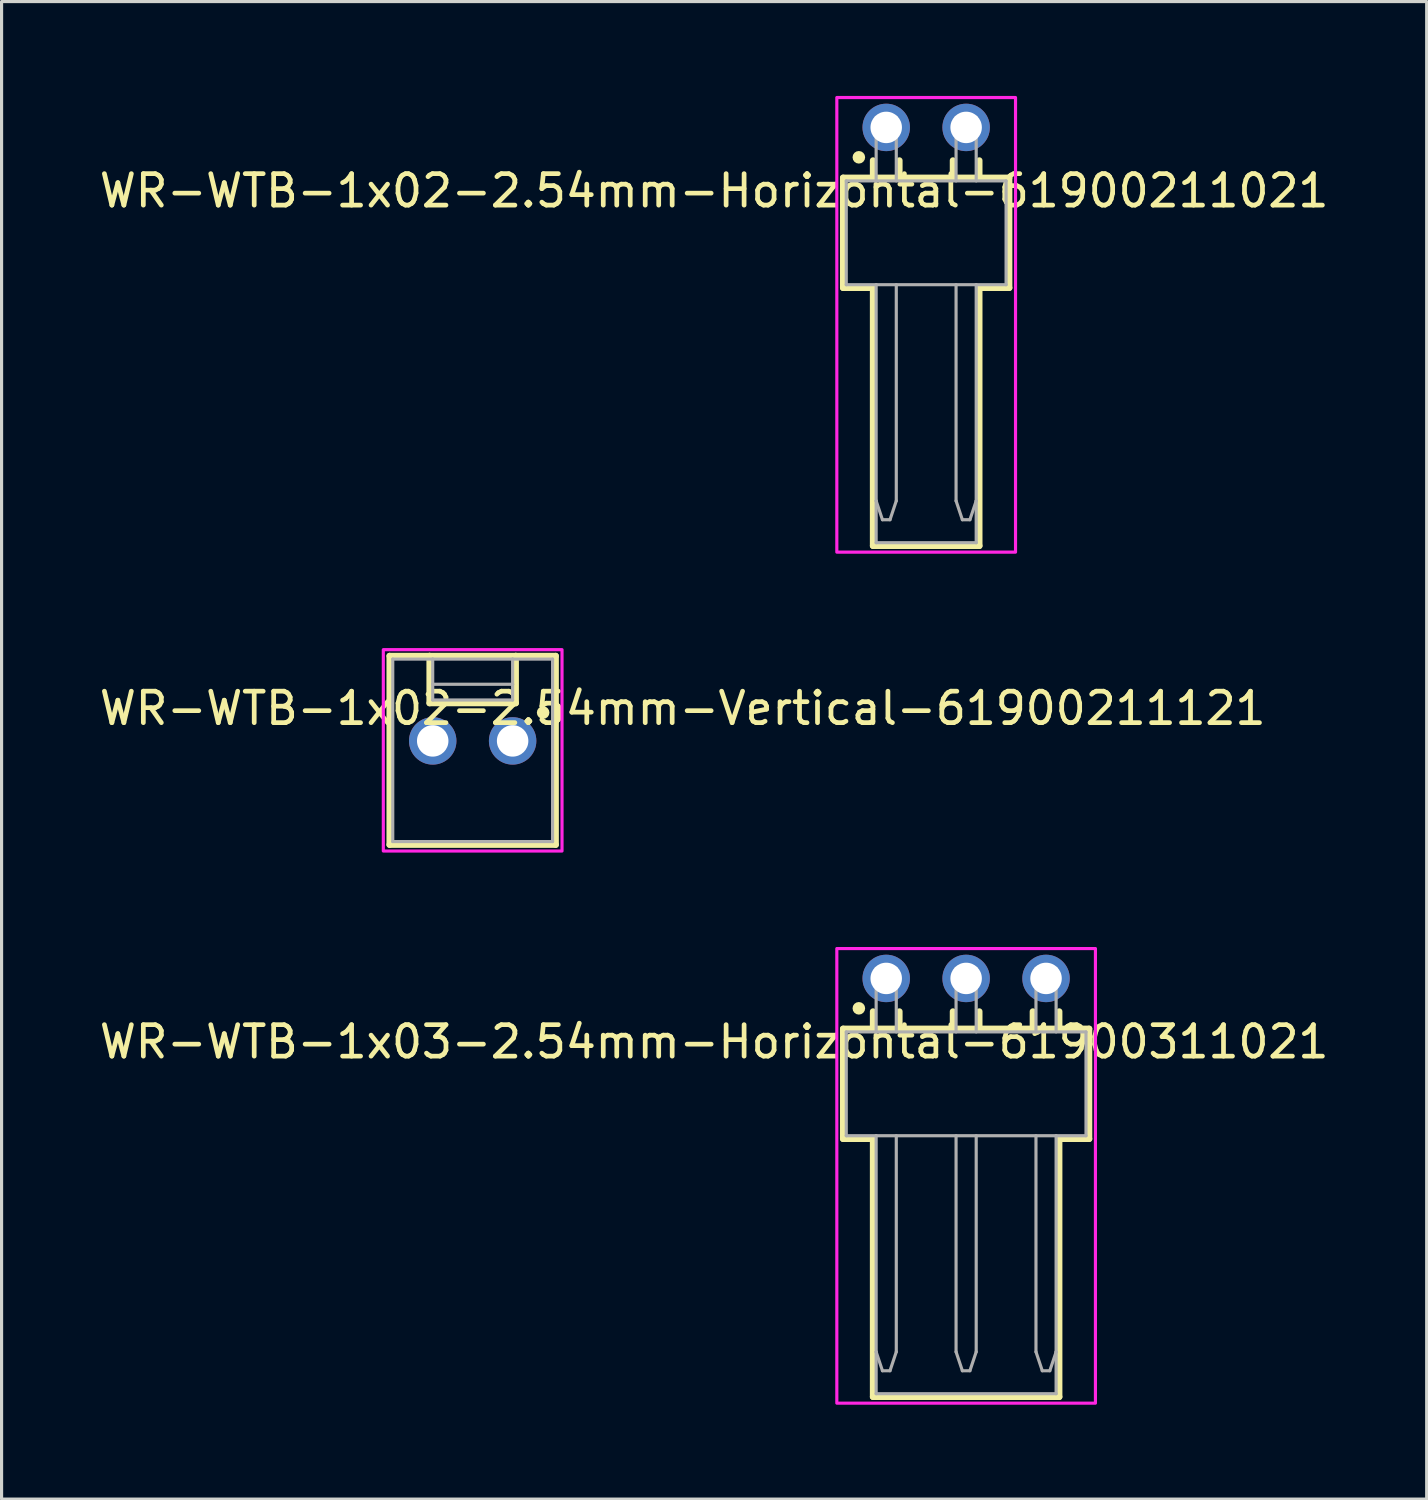
<source format=kicad_pcb>
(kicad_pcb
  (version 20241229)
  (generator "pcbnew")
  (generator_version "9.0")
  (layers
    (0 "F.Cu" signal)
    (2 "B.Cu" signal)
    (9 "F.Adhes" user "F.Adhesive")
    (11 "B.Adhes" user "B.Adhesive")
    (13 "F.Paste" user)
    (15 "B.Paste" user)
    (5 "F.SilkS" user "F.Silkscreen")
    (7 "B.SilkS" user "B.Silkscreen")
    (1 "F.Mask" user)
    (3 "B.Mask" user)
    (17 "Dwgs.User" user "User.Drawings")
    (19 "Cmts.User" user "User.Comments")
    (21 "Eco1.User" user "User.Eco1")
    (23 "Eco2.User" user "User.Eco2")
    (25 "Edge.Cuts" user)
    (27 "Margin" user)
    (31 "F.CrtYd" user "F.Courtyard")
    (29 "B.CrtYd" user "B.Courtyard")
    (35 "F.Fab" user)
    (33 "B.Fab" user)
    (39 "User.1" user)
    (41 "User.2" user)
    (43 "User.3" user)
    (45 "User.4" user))
  (footprint "WR-WTB-1x02-2.54mm-Vertical-61900211121"
    (layer "F.Cu")
    (at 11.974 20.8)
    (property "Reference" "WR-WTB-1x02-2.54mm-Vertical-61900211121" (at 6.675 -1.335 0) (layer "F.SilkS") (effects (font (size 1 1) (thickness 0.15))))
    (attr through_hole)
    (fp_line (start -2.64 -3) (end -1.37 -3) (stroke (width 0.2) (type solid)) (layer "F.SilkS"))
    (fp_line (start -2.64 3) (end -2.64 -3) (stroke (width 0.2) (type solid)) (layer "F.SilkS"))
    (fp_line (start -1.37 -3) (end -1.37 -1.5) (stroke (width 0.2) (type solid)) (layer "F.SilkS"))
    (fp_line (start -1.37 -3) (end 1.37 -3) (stroke (width 0.2) (type solid)) (layer "F.SilkS"))
    (fp_line (start -1.37 -1.5) (end 1.37 -1.5) (stroke (width 0.2) (type solid)) (layer "F.SilkS"))
    (fp_line (start 1.37 -3) (end 2.64 -3) (stroke (width 0.2) (type solid)) (layer "F.SilkS"))
    (fp_line (start 1.37 -1.5) (end 1.37 -3) (stroke (width 0.2) (type solid)) (layer "F.SilkS"))
    (fp_line (start 2.64 -3) (end 2.64 3) (stroke (width 0.2) (type solid)) (layer "F.SilkS"))
    (fp_line (start 2.64 3) (end -2.64 3) (stroke (width 0.2) (type solid)) (layer "F.SilkS"))
    (fp_circle (center 2.24 -1.2) (end 2.34 -1.2) (stroke (width 0.2) (type solid)) (fill no) (layer "F.SilkS"))
    (fp_poly (pts (xy -2.84 -3.2) (xy 2.84 -3.2) (xy 2.84 3.2) (xy -2.84 3.2)) (stroke (width 0.1) (type solid)) (fill no) (layer "F.CrtYd"))
    (fp_line (start -2.54 -2.9) (end -1.27 -2.9) (stroke (width 0.1) (type solid)) (layer "F.Fab"))
    (fp_line (start -2.54 2.9) (end -2.54 -2.9) (stroke (width 0.1) (type solid)) (layer "F.Fab"))
    (fp_line (start -1.27 -2.9) (end -1.27 -2.1) (stroke (width 0.1) (type solid)) (layer "F.Fab"))
    (fp_line (start -1.27 -2.9) (end 1.27 -2.9) (stroke (width 0.1) (type solid)) (layer "F.Fab"))
    (fp_line (start -1.27 -2.1) (end 1.27 -2.1) (stroke (width 0.1) (type solid)) (layer "F.Fab"))
    (fp_line (start -1.27 -1.6) (end -1.27 -2.1) (stroke (width 0.1) (type solid)) (layer "F.Fab"))
    (fp_line (start 1.27 -2.9) (end 2.54 -2.9) (stroke (width 0.1) (type solid)) (layer "F.Fab"))
    (fp_line (start 1.27 -2.1) (end 1.27 -2.9) (stroke (width 0.1) (type solid)) (layer "F.Fab"))
    (fp_line (start 1.27 -1.6) (end -1.27 -1.6) (stroke (width 0.1) (type solid)) (layer "F.Fab"))
    (fp_line (start 1.27 -1.6) (end 1.27 -2.1) (stroke (width 0.1) (type solid)) (layer "F.Fab"))
    (fp_line (start 2.54 -2.9) (end 2.54 2.9) (stroke (width 0.1) (type solid)) (layer "F.Fab"))
    (fp_line (start 2.54 2.9) (end -2.54 2.9) (stroke (width 0.1) (type solid)) (layer "F.Fab"))
    (pad "1" thru_hole circle (at 1.27 -0.3) (size 1.508 1.508) (drill 1) (layers "*.Cu" "*.Mask"))
    (pad "2" thru_hole circle (at -1.27 -0.3) (size 1.508 1.508) (drill 1) (layers "*.Cu" "*.Mask")))
  (footprint "WR-WTB-1x02-2.54mm-Horizontal-61900211021"
    (layer "F.Cu")
    (at 26.389 4.35)
    (property "Reference" "WR-WTB-1x02-2.54mm-Horizontal-61900211021" (at -6.74 -1.335 0) (layer "F.SilkS") (effects (font (size 1 1) (thickness 0.15))))
    (attr through_hole)
    (fp_line (start -2.64 -1.75) (end -1.69 -1.75) (stroke (width 0.2) (type solid)) (layer "F.SilkS"))
    (fp_line (start -2.64 1.75) (end -2.64 -1.75) (stroke (width 0.2) (type solid)) (layer "F.SilkS"))
    (fp_line (start -1.69 -2.3) (end -1.69 -1.75) (stroke (width 0.2) (type solid)) (layer "F.SilkS"))
    (fp_line (start -1.69 -1.75) (end -0.85 -1.75) (stroke (width 0.2) (type solid)) (layer "F.SilkS"))
    (fp_line (start -1.69 1.75) (end -2.64 1.75) (stroke (width 0.2) (type solid)) (layer "F.SilkS"))
    (fp_line (start -1.69 9.95) (end -1.69 1.75) (stroke (width 0.2) (type solid)) (layer "F.SilkS"))
    (fp_line (start -0.85 -2.3) (end -0.85 -1.75) (stroke (width 0.2) (type solid)) (layer "F.SilkS"))
    (fp_line (start -0.85 -1.75) (end 2.64 -1.75) (stroke (width 0.2) (type solid)) (layer "F.SilkS"))
    (fp_line (start 0.85 -2.3) (end 0.85 -1.75) (stroke (width 0.2) (type solid)) (layer "F.SilkS"))
    (fp_line (start 1.69 -2.3) (end 1.69 -1.75) (stroke (width 0.2) (type solid)) (layer "F.SilkS"))
    (fp_line (start 1.69 1.75) (end 1.69 9.95) (stroke (width 0.2) (type solid)) (layer "F.SilkS"))
    (fp_line (start 1.69 9.95) (end -1.69 9.95) (stroke (width 0.2) (type solid)) (layer "F.SilkS"))
    (fp_line (start 2.64 -1.75) (end 2.64 1.75) (stroke (width 0.2) (type solid)) (layer "F.SilkS"))
    (fp_line (start 2.64 1.75) (end 1.69 1.75) (stroke (width 0.2) (type solid)) (layer "F.SilkS"))
    (fp_circle (center -2.14 -2.4) (end -2.04 -2.4) (stroke (width 0.2) (type solid)) (fill no) (layer "F.SilkS"))
    (fp_poly (pts (xy -2.84 -4.3) (xy 2.84 -4.3) (xy 2.84 10.15) (xy -2.84 10.15)) (stroke (width 0.1) (type solid)) (fill no) (layer "F.CrtYd"))
    (fp_line (start -2.54 -1.65) (end 2.54 -1.65) (stroke (width 0.1) (type solid)) (layer "F.Fab"))
    (fp_line (start -2.54 1.65) (end -2.54 -1.65) (stroke (width 0.1) (type solid)) (layer "F.Fab"))
    (fp_line (start -2.54 1.65) (end -1.59 1.65) (stroke (width 0.1) (type solid)) (layer "F.Fab"))
    (fp_line (start -1.59 -3.67) (end -1.59 -1.65) (stroke (width 0.1) (type solid)) (layer "F.Fab"))
    (fp_line (start -1.59 -3.67) (end -0.95 -3.67) (stroke (width 0.1) (type solid)) (layer "F.Fab"))
    (fp_line (start -1.59 1.65) (end -1.59 8.52) (stroke (width 0.1) (type solid)) (layer "F.Fab"))
    (fp_line (start -1.59 1.65) (end 1.59 1.65) (stroke (width 0.1) (type solid)) (layer "F.Fab"))
    (fp_line (start -1.59 8.52) (end -1.39 9.12) (stroke (width 0.1) (type solid)) (layer "F.Fab"))
    (fp_line (start -1.59 9.85) (end -1.59 8.52) (stroke (width 0.1) (type solid)) (layer "F.Fab"))
    (fp_line (start -1.39 9.12) (end -1.15 9.12) (stroke (width 0.1) (type solid)) (layer "F.Fab"))
    (fp_line (start -1.15 9.12) (end -0.95 8.52) (stroke (width 0.1) (type solid)) (layer "F.Fab"))
    (fp_line (start -0.95 -3.67) (end -0.95 -1.65) (stroke (width 0.1) (type solid)) (layer "F.Fab"))
    (fp_line (start -0.95 8.52) (end -0.95 1.65) (stroke (width 0.1) (type solid)) (layer "F.Fab"))
    (fp_line (start 0.95 -3.67) (end 0.95 -1.65) (stroke (width 0.1) (type solid)) (layer "F.Fab"))
    (fp_line (start 0.95 -3.67) (end 1.59 -3.67) (stroke (width 0.1) (type solid)) (layer "F.Fab"))
    (fp_line (start 0.95 1.65) (end 0.95 8.52) (stroke (width 0.1) (type solid)) (layer "F.Fab"))
    (fp_line (start 0.95 8.52) (end 1.15 9.12) (stroke (width 0.1) (type solid)) (layer "F.Fab"))
    (fp_line (start 1.15 9.12) (end 1.39 9.12) (stroke (width 0.1) (type solid)) (layer "F.Fab"))
    (fp_line (start 1.39 9.12) (end 1.59 8.52) (stroke (width 0.1) (type solid)) (layer "F.Fab"))
    (fp_line (start 1.59 -3.67) (end 1.59 -1.65) (stroke (width 0.1) (type solid)) (layer "F.Fab"))
    (fp_line (start 1.59 1.65) (end 2.54 1.65) (stroke (width 0.1) (type solid)) (layer "F.Fab"))
    (fp_line (start 1.59 8.52) (end 1.59 1.65) (stroke (width 0.1) (type solid)) (layer "F.Fab"))
    (fp_line (start 1.59 9.85) (end -1.59 9.85) (stroke (width 0.1) (type solid)) (layer "F.Fab"))
    (fp_line (start 1.59 9.85) (end 1.59 8.52) (stroke (width 0.1) (type solid)) (layer "F.Fab"))
    (fp_line (start 2.54 -1.65) (end 2.54 1.65) (stroke (width 0.1) (type solid)) (layer "F.Fab"))
    (pad "1" thru_hole circle (at -1.27 -3.35) (size 1.508 1.508) (drill 1) (layers "*.Cu" "*.Mask"))
    (pad "2" thru_hole circle (at 1.27 -3.35) (size 1.508 1.508) (drill 1) (layers "*.Cu" "*.Mask")))
  (footprint "WR-WTB-1x03-2.54mm-Horizontal-61900311021"
    (layer "F.Cu")
    (at 27.659 31.4)
    (property "Reference" "WR-WTB-1x03-2.54mm-Horizontal-61900311021" (at -8.01 -1.335 0) (layer "F.SilkS") (effects (font (size 1 1) (thickness 0.15))))
    (attr through_hole)
    (fp_line (start -3.91 -1.75) (end -2.96 -1.75) (stroke (width 0.2) (type solid)) (layer "F.SilkS"))
    (fp_line (start -3.91 1.75) (end -3.91 -1.75) (stroke (width 0.2) (type solid)) (layer "F.SilkS"))
    (fp_line (start -2.96 -2.3) (end -2.96 -1.75) (stroke (width 0.2) (type solid)) (layer "F.SilkS"))
    (fp_line (start -2.96 -1.75) (end -2.12 -1.75) (stroke (width 0.2) (type solid)) (layer "F.SilkS"))
    (fp_line (start -2.96 1.75) (end -3.91 1.75) (stroke (width 0.2) (type solid)) (layer "F.SilkS"))
    (fp_line (start -2.96 9.95) (end -2.96 1.75) (stroke (width 0.2) (type solid)) (layer "F.SilkS"))
    (fp_line (start -2.12 -2.3) (end -2.12 -1.75) (stroke (width 0.2) (type solid)) (layer "F.SilkS"))
    (fp_line (start -2.12 -1.75) (end 3.91 -1.75) (stroke (width 0.2) (type solid)) (layer "F.SilkS"))
    (fp_line (start -0.42 -2.3) (end -0.42 -1.75) (stroke (width 0.2) (type solid)) (layer "F.SilkS"))
    (fp_line (start 0.42 -2.3) (end 0.42 -1.75) (stroke (width 0.2) (type solid)) (layer "F.SilkS"))
    (fp_line (start 2.12 -2.3) (end 2.12 -1.75) (stroke (width 0.2) (type solid)) (layer "F.SilkS"))
    (fp_line (start 2.96 -2.3) (end 2.96 -1.75) (stroke (width 0.2) (type solid)) (layer "F.SilkS"))
    (fp_line (start 2.96 1.75) (end 2.96 9.95) (stroke (width 0.2) (type solid)) (layer "F.SilkS"))
    (fp_line (start 2.96 9.95) (end -2.96 9.95) (stroke (width 0.2) (type solid)) (layer "F.SilkS"))
    (fp_line (start 3.91 -1.75) (end 3.91 1.75) (stroke (width 0.2) (type solid)) (layer "F.SilkS"))
    (fp_line (start 3.91 1.75) (end 2.96 1.75) (stroke (width 0.2) (type solid)) (layer "F.SilkS"))
    (fp_circle (center -3.41 -2.4) (end -3.31 -2.4) (stroke (width 0.2) (type solid)) (fill no) (layer "F.SilkS"))
    (fp_poly (pts (xy -4.11 -4.3) (xy 4.11 -4.3) (xy 4.11 10.15) (xy -4.11 10.15)) (stroke (width 0.1) (type solid)) (fill no) (layer "F.CrtYd"))
    (fp_line (start -3.81 -1.65) (end 3.81 -1.65) (stroke (width 0.1) (type solid)) (layer "F.Fab"))
    (fp_line (start -3.81 1.65) (end -3.81 -1.65) (stroke (width 0.1) (type solid)) (layer "F.Fab"))
    (fp_line (start -3.81 1.65) (end -2.86 1.65) (stroke (width 0.1) (type solid)) (layer "F.Fab"))
    (fp_line (start -2.86 -3.67) (end -2.86 -1.65) (stroke (width 0.1) (type solid)) (layer "F.Fab"))
    (fp_line (start -2.86 -3.67) (end -2.22 -3.67) (stroke (width 0.1) (type solid)) (layer "F.Fab"))
    (fp_line (start -2.86 1.65) (end -2.86 8.52) (stroke (width 0.1) (type solid)) (layer "F.Fab"))
    (fp_line (start -2.86 1.65) (end 2.86 1.65) (stroke (width 0.1) (type solid)) (layer "F.Fab"))
    (fp_line (start -2.86 8.52) (end -2.66 9.12) (stroke (width 0.1) (type solid)) (layer "F.Fab"))
    (fp_line (start -2.86 9.85) (end -2.86 8.52) (stroke (width 0.1) (type solid)) (layer "F.Fab"))
    (fp_line (start -2.66 9.12) (end -2.42 9.12) (stroke (width 0.1) (type solid)) (layer "F.Fab"))
    (fp_line (start -2.42 9.12) (end -2.22 8.52) (stroke (width 0.1) (type solid)) (layer "F.Fab"))
    (fp_line (start -2.22 -3.67) (end -2.22 -1.65) (stroke (width 0.1) (type solid)) (layer "F.Fab"))
    (fp_line (start -2.22 8.52) (end -2.22 1.65) (stroke (width 0.1) (type solid)) (layer "F.Fab"))
    (fp_line (start -0.32 -3.67) (end -0.32 -1.65) (stroke (width 0.1) (type solid)) (layer "F.Fab"))
    (fp_line (start -0.32 -3.67) (end 0.32 -3.67) (stroke (width 0.1) (type solid)) (layer "F.Fab"))
    (fp_line (start -0.32 1.65) (end -0.32 8.52) (stroke (width 0.1) (type solid)) (layer "F.Fab"))
    (fp_line (start -0.32 8.52) (end -0.12 9.12) (stroke (width 0.1) (type solid)) (layer "F.Fab"))
    (fp_line (start -0.12 9.12) (end 0.12 9.12) (stroke (width 0.1) (type solid)) (layer "F.Fab"))
    (fp_line (start 0.12 9.12) (end 0.32 8.52) (stroke (width 0.1) (type solid)) (layer "F.Fab"))
    (fp_line (start 0.32 -3.67) (end 0.32 -1.65) (stroke (width 0.1) (type solid)) (layer "F.Fab"))
    (fp_line (start 0.32 8.52) (end 0.32 1.65) (stroke (width 0.1) (type solid)) (layer "F.Fab"))
    (fp_line (start 2.22 -3.67) (end 2.22 -1.65) (stroke (width 0.1) (type solid)) (layer "F.Fab"))
    (fp_line (start 2.22 -3.67) (end 2.86 -3.67) (stroke (width 0.1) (type solid)) (layer "F.Fab"))
    (fp_line (start 2.22 1.65) (end 2.22 8.52) (stroke (width 0.1) (type solid)) (layer "F.Fab"))
    (fp_line (start 2.22 8.52) (end 2.42 9.12) (stroke (width 0.1) (type solid)) (layer "F.Fab"))
    (fp_line (start 2.42 9.12) (end 2.66 9.12) (stroke (width 0.1) (type solid)) (layer "F.Fab"))
    (fp_line (start 2.66 9.12) (end 2.86 8.52) (stroke (width 0.1) (type solid)) (layer "F.Fab"))
    (fp_line (start 2.86 -3.67) (end 2.86 -1.65) (stroke (width 0.1) (type solid)) (layer "F.Fab"))
    (fp_line (start 2.86 1.65) (end 3.81 1.65) (stroke (width 0.1) (type solid)) (layer "F.Fab"))
    (fp_line (start 2.86 8.52) (end 2.86 1.65) (stroke (width 0.1) (type solid)) (layer "F.Fab"))
    (fp_line (start 2.86 9.85) (end -2.86 9.85) (stroke (width 0.1) (type solid)) (layer "F.Fab"))
    (fp_line (start 2.86 9.85) (end 2.86 8.52) (stroke (width 0.1) (type solid)) (layer "F.Fab"))
    (fp_line (start 3.81 -1.65) (end 3.81 1.65) (stroke (width 0.1) (type solid)) (layer "F.Fab"))
    (pad "1" thru_hole circle (at -2.54 -3.35) (size 1.508 1.508) (drill 1) (layers "*.Cu" "*.Mask"))
    (pad "2" thru_hole circle (at 0 -3.35) (size 1.508 1.508) (drill 1) (layers "*.Cu" "*.Mask"))
    (pad "3" thru_hole circle (at 2.54 -3.35) (size 1.508 1.508) (drill 1) (layers "*.Cu" "*.Mask")))
  (gr_rect
    (start -3 -3)
    (end 42.298 44.6)
    (stroke (width 0.1) (type default))
    (fill no)
    (layer "Edge.Cuts")))
</source>
